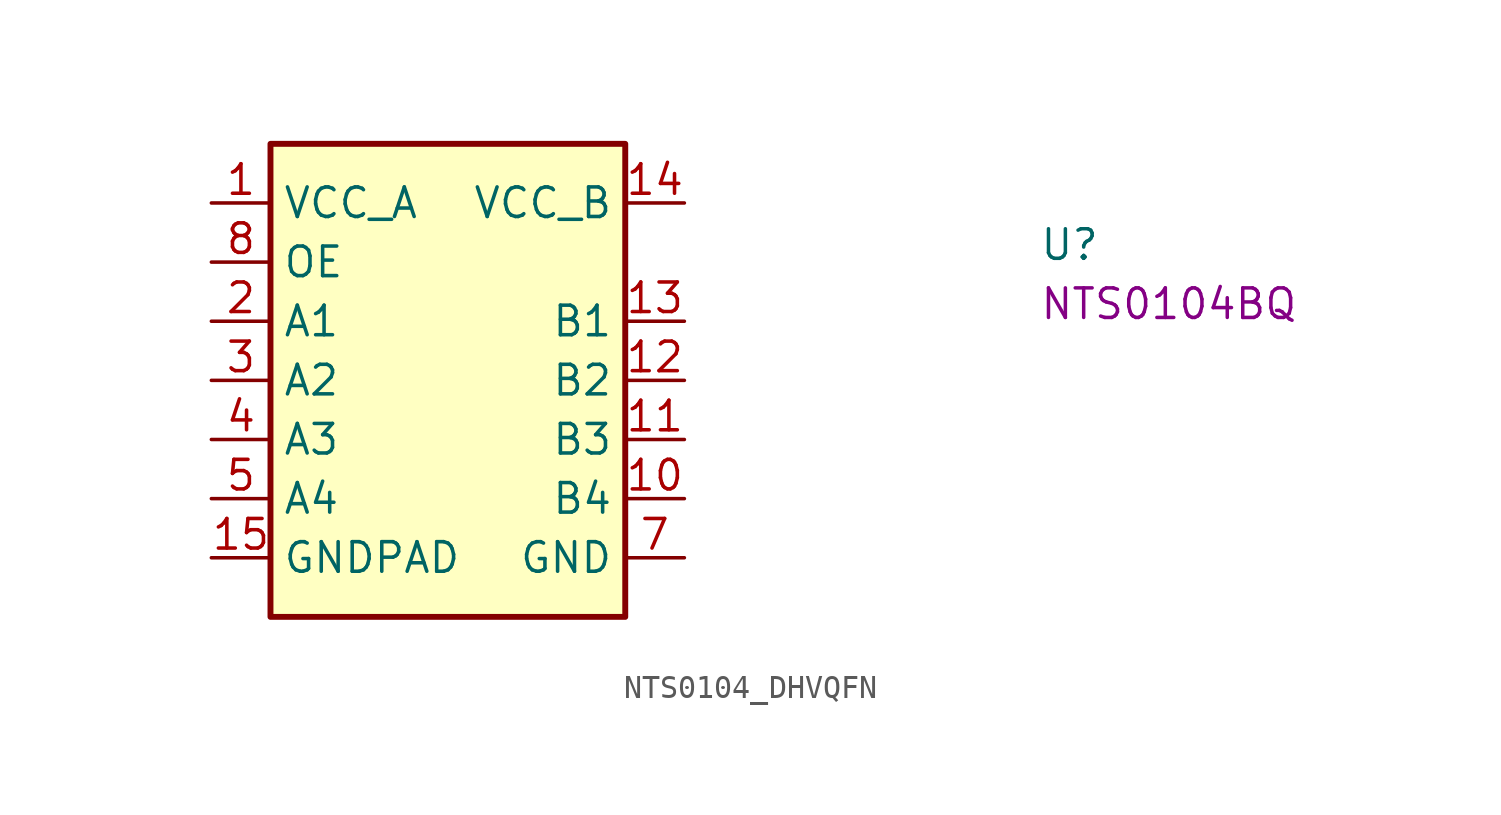
<source format=kicad_sym>
(kicad_symbol_lib
  (version 20220914)
  (generator kicad_symbol_editor)
  (symbol "NTS0104_DHVQFN"
    (property "Reference" "U"
      (at 35.56 -2.54 0)
      (effects (font (size 1.27 1.27) (thickness 0.15)) (justify left bottom)))
    (property "MPN" "NTS0104BQ"
      (at 35.56 -5.08 0)
      (effects (font (size 1.27 1.27) (thickness 0.15)) (justify left bottom)))
    (symbol "NTS0104_DHVQFN_1_1"
      (rectangle (start 2.54 2.54) (end 17.78 -17.78) (stroke (width 0.254) (type default)) (fill (type background)))
      (pin power_in line (at 0 0 0) (length 2.54) (name "VCC_A" (effects (font (size 1.27 1.27)))) (number "1" (effects (font (size 1.27 1.27)))))
      (pin passive line (at 20.32 -12.7 180) (length 2.54) (name "B4" (effects (font (size 1.27 1.27)))) (number "10" (effects (font (size 1.27 1.27)))))
      (pin passive line (at 20.32 -10.16 180) (length 2.54) (name "B3" (effects (font (size 1.27 1.27)))) (number "11" (effects (font (size 1.27 1.27)))))
      (pin passive line (at 20.32 -7.62 180) (length 2.54) (name "B2" (effects (font (size 1.27 1.27)))) (number "12" (effects (font (size 1.27 1.27)))))
      (pin passive line (at 20.32 -5.08 180) (length 2.54) (name "B1" (effects (font (size 1.27 1.27)))) (number "13" (effects (font (size 1.27 1.27)))))
      (pin power_in line (at 20.32 0 180) (length 2.54) (name "VCC_B" (effects (font (size 1.27 1.27)))) (number "14" (effects (font (size 1.27 1.27)))))
      (pin power_in line (at 0 -15.24 0) (length 2.54) (name "GNDPAD" (effects (font (size 1.27 1.27)))) (number "15" (effects (font (size 1.27 1.27)))))
      (pin passive line (at 0 -5.08 0) (length 2.54) (name "A1" (effects (font (size 1.27 1.27)))) (number "2" (effects (font (size 1.27 1.27)))))
      (pin passive line (at 0 -7.62 0) (length 2.54) (name "A2" (effects (font (size 1.27 1.27)))) (number "3" (effects (font (size 1.27 1.27)))))
      (pin passive line (at 0 -10.16 0) (length 2.54) (name "A3" (effects (font (size 1.27 1.27)))) (number "4" (effects (font (size 1.27 1.27)))))
      (pin passive line (at 0 -12.7 0) (length 2.54) (name "A4" (effects (font (size 1.27 1.27)))) (number "5" (effects (font (size 1.27 1.27)))))
      (pin no_connect line (at 17.78 -2.54 180) (length 2.54) hide (name "NC" (effects (font (size 1.27 1.27)))) (number "6" (effects (font (size 1.27 1.27)))))
      (pin power_in line (at 20.32 -15.24 180) (length 2.54) (name "GND" (effects (font (size 1.27 1.27)))) (number "7" (effects (font (size 1.27 1.27)))))
      (pin passive line (at 0 -2.54 0) (length 2.54) (name "OE" (effects (font (size 1.27 1.27)))) (number "8" (effects (font (size 1.27 1.27)))))
      (pin no_connect line (at 17.78 -3.81 180) (length 2.54) hide (name "NC" (effects (font (size 1.27 1.27)))) (number "9" (effects (font (size 1.27 1.27))))))))
</source>
